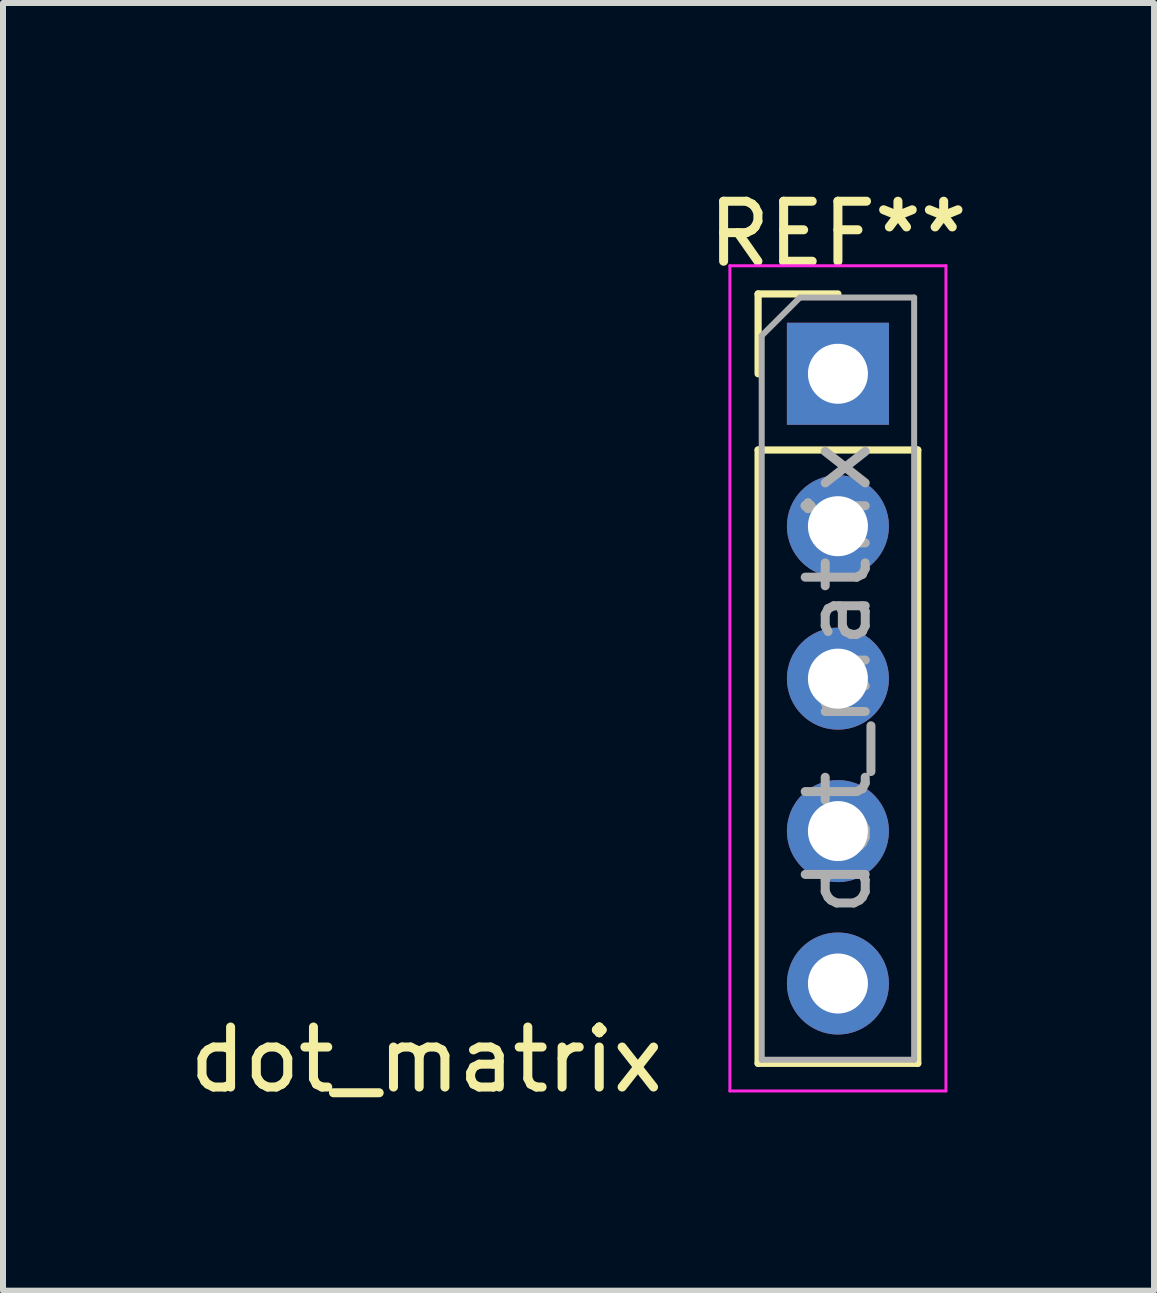
<source format=kicad_pcb>
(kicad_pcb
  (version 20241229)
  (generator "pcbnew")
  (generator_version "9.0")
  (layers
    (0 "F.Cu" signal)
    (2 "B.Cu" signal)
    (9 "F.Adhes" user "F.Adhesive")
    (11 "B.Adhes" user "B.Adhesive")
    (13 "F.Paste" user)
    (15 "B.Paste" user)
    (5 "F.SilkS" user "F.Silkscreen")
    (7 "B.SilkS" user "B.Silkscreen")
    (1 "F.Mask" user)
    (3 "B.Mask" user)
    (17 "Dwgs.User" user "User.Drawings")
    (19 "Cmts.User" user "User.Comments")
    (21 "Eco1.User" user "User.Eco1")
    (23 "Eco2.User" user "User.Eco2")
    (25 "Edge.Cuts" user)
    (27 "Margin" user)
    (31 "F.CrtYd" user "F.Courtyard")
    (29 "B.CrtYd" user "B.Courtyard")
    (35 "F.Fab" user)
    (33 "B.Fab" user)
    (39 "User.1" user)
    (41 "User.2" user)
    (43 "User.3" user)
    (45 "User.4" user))
  (footprint "dot_matrix"
    (layer "F.Cu")
    (at 4.054 2.162)
    (property "Reference" "dot_matrix" (at 0 12.446 0) (layer "F.SilkS") (effects (font (size 1 1) (thickness 0.15))))
    (attr through_hole)
    (fp_line (start 5.528 -0.314) (end 6.858 -0.314) (stroke (width 0.12) (type solid)) (layer "F.SilkS"))
    (fp_line (start 5.528 1.016) (end 5.528 -0.314) (stroke (width 0.12) (type solid)) (layer "F.SilkS"))
    (fp_line (start 5.528 2.286) (end 5.528 12.506) (stroke (width 0.12) (type solid)) (layer "F.SilkS"))
    (fp_line (start 5.528 2.286) (end 8.188 2.286) (stroke (width 0.12) (type solid)) (layer "F.SilkS"))
    (fp_line (start 5.528 12.506) (end 8.188 12.506) (stroke (width 0.12) (type solid)) (layer "F.SilkS"))
    (fp_line (start 8.188 2.286) (end 8.188 12.506) (stroke (width 0.12) (type solid)) (layer "F.SilkS"))
    (fp_line (start 5.058 -0.784) (end 5.058 12.966) (stroke (width 0.05) (type solid)) (layer "F.CrtYd"))
    (fp_line (start 5.058 12.966) (end 8.658 12.966) (stroke (width 0.05) (type solid)) (layer "F.CrtYd"))
    (fp_line (start 8.658 -0.784) (end 5.058 -0.784) (stroke (width 0.05) (type solid)) (layer "F.CrtYd"))
    (fp_line (start 8.658 12.966) (end 8.658 -0.784) (stroke (width 0.05) (type solid)) (layer "F.CrtYd"))
    (fp_line (start 5.588 0.381) (end 6.223 -0.254) (stroke (width 0.1) (type solid)) (layer "F.Fab"))
    (fp_line (start 5.588 12.446) (end 5.588 0.381) (stroke (width 0.1) (type solid)) (layer "F.Fab"))
    (fp_line (start 6.223 -0.254) (end 8.128 -0.254) (stroke (width 0.1) (type solid)) (layer "F.Fab"))
    (fp_line (start 8.128 -0.254) (end 8.128 12.446) (stroke (width 0.1) (type solid)) (layer "F.Fab"))
    (fp_line (start 8.128 12.446) (end 5.588 12.446) (stroke (width 0.1) (type solid)) (layer "F.Fab"))
    (fp_text user "REF**" (at 6.858 -1.314 0) (layer "F.SilkS") (effects (font (size 1 1) (thickness 0.15))))
    (fp_text user "${REFERENCE}" (at 6.858 6.096 90) (layer "F.Fab") (effects (font (size 1 1) (thickness 0.15))))
    (pad "1" thru_hole rect (at 6.858 1.016) (size 1.7 1.7) (drill 1) (layers "*.Cu" "*.Mask"))
    (pad "2" thru_hole oval (at 6.858 3.556) (size 1.7 1.7) (drill 1) (layers "*.Cu" "*.Mask"))
    (pad "3" thru_hole oval (at 6.858 6.096) (size 1.7 1.7) (drill 1) (layers "*.Cu" "*.Mask"))
    (pad "4" thru_hole oval (at 6.858 8.636) (size 1.7 1.7) (drill 1) (layers "*.Cu" "*.Mask"))
    (pad "5" thru_hole oval (at 6.858 11.176) (size 1.7 1.7) (drill 1) (layers "*.Cu" "*.Mask")))
  (gr_rect
    (start -3 -3)
    (end 16.179 18.456)
    (stroke (width 0.1) (type default))
    (fill no)
    (layer "Edge.Cuts")))
</source>
